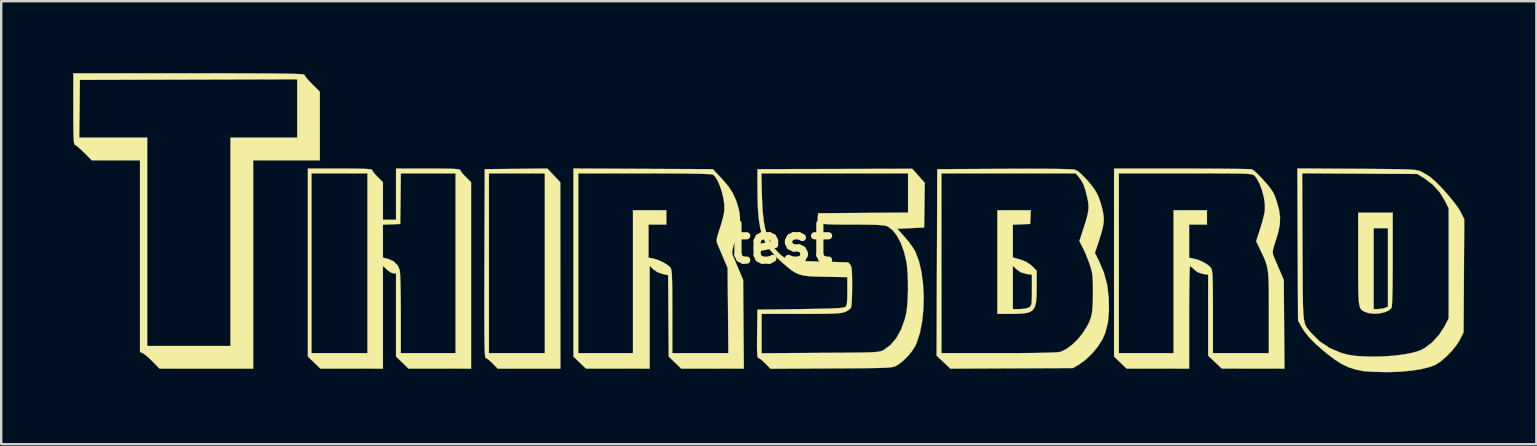
<source format=kicad_pcb>
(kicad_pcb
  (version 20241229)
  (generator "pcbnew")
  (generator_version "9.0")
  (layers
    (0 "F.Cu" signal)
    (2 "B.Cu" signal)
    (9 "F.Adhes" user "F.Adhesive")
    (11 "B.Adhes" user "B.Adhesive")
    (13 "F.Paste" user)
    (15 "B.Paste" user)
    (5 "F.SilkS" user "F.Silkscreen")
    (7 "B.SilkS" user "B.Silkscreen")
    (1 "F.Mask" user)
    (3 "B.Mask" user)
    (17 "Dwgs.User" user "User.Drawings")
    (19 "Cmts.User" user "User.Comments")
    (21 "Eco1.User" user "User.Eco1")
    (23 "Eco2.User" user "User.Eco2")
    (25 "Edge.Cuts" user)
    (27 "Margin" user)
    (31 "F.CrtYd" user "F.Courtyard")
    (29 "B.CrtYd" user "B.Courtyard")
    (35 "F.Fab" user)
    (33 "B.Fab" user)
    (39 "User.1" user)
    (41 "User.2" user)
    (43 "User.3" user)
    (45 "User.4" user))
  (footprint "test"
    (layer "F.Cu")
    (at 29.473 7.099)
    (property "Reference" "test" (at 0 0 0) (layer "F.SilkS") (effects (font (size 1.524 1.524) (thickness 0.3))))
    (attr through_hole)
    (fp_poly (pts (xy -9.451 -2.841) (xy -9.181 -2.555) (xy -9.18 1.327) (xy -9.178 5.209) (xy -11.786 5.209) (xy -12.005 4.986) (xy -12.13 4.869) (xy -12.234 4.788) (xy -12.289 4.763) (xy -12.301 4.747) (xy -12.311 4.696) (xy -12.32 4.603) (xy -12.327 4.464) (xy -12.333 4.273) (xy -12.338 4.023) (xy -12.341 3.71) (xy -12.343 3.327) (xy -12.344 2.868) (xy -12.344 2.329) (xy -12.343 1.703) (xy -12.341 0.985) (xy -12.341 0.831) (xy -12.328 -2.927) (xy -12.154 -2.927) (xy -12.154 4.564) (xy -9.823 4.564) (xy -9.823 -2.927) (xy -12.154 -2.927) (xy -12.328 -2.927) (xy -12.328 -3.101) (xy -11.024 -3.114) (xy -9.721 -3.127) (xy -9.451 -2.841)) (stroke (width 0.01) (type solid)) (fill yes) (layer "F.SilkS"))
    (fp_poly (pts (xy 25.499 0.648) (xy 25.498 1.136) (xy 25.494 1.572) (xy 25.489 1.947) (xy 25.481 2.253) (xy 25.472 2.483) (xy 25.461 2.627) (xy 25.451 2.676) (xy 25.346 2.779) (xy 25.171 2.858) (xy 24.954 2.906) (xy 24.722 2.92) (xy 24.502 2.895) (xy 24.377 2.856) (xy 24.3 2.822) (xy 24.236 2.786) (xy 24.185 2.741) (xy 24.145 2.675) (xy 24.115 2.581) (xy 24.092 2.447) (xy 24.077 2.266) (xy 24.068 2.027) (xy 24.063 1.722) (xy 24.061 1.34) (xy 24.061 0.873) (xy 24.061 0.634) (xy 24.061 -0.645) (xy 24.705 -0.645) (xy 24.705 2.729) (xy 24.876 2.729) (xy 25.036 2.714) (xy 25.174 2.68) (xy 25.301 2.632) (xy 25.301 -0.645) (xy 24.705 -0.645) (xy 24.061 -0.645) (xy 24.061 -1.29) (xy 25.499 -1.29) (xy 25.499 0.648)) (stroke (width 0.01) (type solid)) (fill yes) (layer "F.SilkS"))
    (fp_poly (pts (xy 10.393 -0.819) (xy 10.033 -0.804) (xy 9.674 -0.789) (xy 9.674 0.579) (xy 9.98 0.664) (xy 10.228 0.757) (xy 10.422 0.889) (xy 10.476 0.939) (xy 10.666 1.129) (xy 10.666 1.843) (xy 10.661 2.198) (xy 10.636 2.466) (xy 10.581 2.659) (xy 10.483 2.789) (xy 10.331 2.869) (xy 10.112 2.91) (xy 9.814 2.925) (xy 9.601 2.927) (xy 9.029 2.927) (xy 9.029 2.729) (xy 9.674 2.729) (xy 9.96 2.729) (xy 10.179 2.712) (xy 10.333 2.666) (xy 10.357 2.651) (xy 10.403 2.614) (xy 10.434 2.564) (xy 10.453 2.485) (xy 10.463 2.357) (xy 10.467 2.164) (xy 10.468 1.935) (xy 10.468 1.296) (xy 10.232 1.262) (xy 10 1.194) (xy 9.835 1.076) (xy 9.674 0.923) (xy 9.674 2.729) (xy 9.029 2.729) (xy 9.029 -1.389) (xy 10.423 -1.389) (xy 10.393 -0.819)) (stroke (width 0.01) (type solid)) (fill yes) (layer "F.SilkS"))
    (fp_poly (pts (xy -23.832 -7.094) (xy -23.103 -7.093) (xy -22.463 -7.092) (xy -21.907 -7.09) (xy -21.43 -7.088) (xy -21.026 -7.084) (xy -20.692 -7.08) (xy -20.421 -7.075) (xy -20.209 -7.069) (xy -20.05 -7.062) (xy -19.94 -7.054) (xy -19.874 -7.045) (xy -19.845 -7.034) (xy -19.844 -7.031) (xy -19.81 -6.97) (xy -19.721 -6.86) (xy -19.592 -6.719) (xy -19.521 -6.648) (xy -19.199 -6.328) (xy -19.199 -3.473) (xy -21.977 -3.473) (xy -21.977 5.209) (xy -25.874 5.209) (xy -26.17 4.907) (xy -26.321 4.762) (xy -26.458 4.643) (xy -26.559 4.57) (xy -26.578 4.561) (xy -26.69 4.517) (xy -26.69 -3.473) (xy -28.702 -3.473) (xy -29.021 -3.795) (xy -29.169 -3.937) (xy -29.296 -4.048) (xy -29.383 -4.11) (xy -29.405 -4.118) (xy -29.423 -4.137) (xy -29.438 -4.201) (xy -29.45 -4.319) (xy -29.454 -4.415) (xy -29.222 -4.415) (xy -26.392 -4.415) (xy -26.392 4.266) (xy -22.92 4.266) (xy -22.92 -4.415) (xy -20.141 -4.415) (xy -20.141 -6.847) (xy -24.668 -6.834) (xy -29.195 -6.821) (xy -29.208 -5.618) (xy -29.222 -4.415) (xy -29.454 -4.415) (xy -29.458 -4.499) (xy -29.463 -4.75) (xy -29.467 -5.08) (xy -29.468 -5.499) (xy -29.468 -5.606) (xy -29.468 -7.094) (xy -24.656 -7.094) (xy -23.832 -7.094)) (stroke (width 0.01) (type solid)) (fill yes) (layer "F.SilkS"))
    (fp_poly (pts (xy -17.941 -3.124) (xy -17.616 -3.121) (xy -17.372 -3.116) (xy -17.2 -3.107) (xy -17.089 -3.095) (xy -17.031 -3.079) (xy -17.016 -3.061) (xy -16.983 -2.995) (xy -16.896 -2.887) (xy -16.793 -2.778) (xy -16.57 -2.559) (xy -16.57 -0.992) (xy -16.024 -0.992) (xy -16.024 -3.125) (xy -14.684 -3.125) (xy -14.27 -3.124) (xy -13.945 -3.121) (xy -13.701 -3.116) (xy -13.528 -3.107) (xy -13.418 -3.095) (xy -13.36 -3.079) (xy -13.345 -3.061) (xy -13.312 -2.995) (xy -13.225 -2.887) (xy -13.122 -2.778) (xy -12.898 -2.559) (xy -12.898 5.209) (xy -14.201 5.208) (xy -15.503 5.207) (xy -16.024 4.706) (xy -16.024 1.24) (xy -16.133 1.24) (xy -16.234 1.207) (xy -16.359 1.123) (xy -16.406 1.082) (xy -16.57 0.923) (xy -16.57 5.209) (xy -17.872 5.208) (xy -19.174 5.207) (xy -19.695 4.706) (xy -19.695 -2.927) (xy -19.546 -2.927) (xy -19.546 4.564) (xy -17.214 4.564) (xy -17.214 -0.789) (xy -16.57 -0.789) (xy -16.57 0.584) (xy -16.357 0.637) (xy -16.12 0.742) (xy -15.953 0.917) (xy -15.874 1.096) (xy -15.862 1.187) (xy -15.851 1.364) (xy -15.842 1.616) (xy -15.834 1.93) (xy -15.829 2.293) (xy -15.826 2.692) (xy -15.825 2.914) (xy -15.825 4.564) (xy -13.543 4.564) (xy -13.543 -2.927) (xy -15.823 -2.927) (xy -15.837 -1.873) (xy -15.85 -0.819) (xy -16.21 -0.804) (xy -16.57 -0.789) (xy -17.214 -0.789) (xy -17.214 -2.927) (xy -19.546 -2.927) (xy -19.695 -2.927) (xy -19.695 -3.125) (xy -18.355 -3.125) (xy -17.941 -3.124)) (stroke (width 0.01) (type solid)) (fill yes) (layer "F.SilkS"))
    (fp_poly (pts (xy 11.07 -3.116) (xy 11.492 -3.112) (xy 11.825 -3.105) (xy 12.067 -3.097) (xy 12.214 -3.086) (xy 12.254 -3.079) (xy 12.383 -3.014) (xy 12.544 -2.88) (xy 12.746 -2.67) (xy 12.77 -2.644) (xy 12.974 -2.401) (xy 13.124 -2.186) (xy 13.236 -1.965) (xy 13.328 -1.704) (xy 13.397 -1.455) (xy 13.442 -1.246) (xy 13.463 -1.057) (xy 13.454 -0.865) (xy 13.416 -0.647) (xy 13.344 -0.382) (xy 13.243 -0.066) (xy 13.091 0.389) (xy 13.243 0.688) (xy 13.463 1.199) (xy 13.601 1.708) (xy 13.667 2.232) (xy 13.678 2.795) (xy 13.633 3.281) (xy 13.531 3.698) (xy 13.41 3.981) (xy 13.217 4.286) (xy 12.97 4.584) (xy 12.697 4.845) (xy 12.427 5.039) (xy 12.179 5.184) (xy 9.624 5.196) (xy 7.069 5.208) (xy 6.784 4.937) (xy 6.498 4.667) (xy 6.511 0.783) (xy 6.523 -2.927) (xy 6.697 -2.927) (xy 6.697 4.564) (xy 9.085 4.564) (xy 9.731 4.563) (xy 10.279 4.56) (xy 10.734 4.554) (xy 11.096 4.546) (xy 11.369 4.536) (xy 11.555 4.524) (xy 11.657 4.509) (xy 11.661 4.508) (xy 11.881 4.405) (xy 12.121 4.232) (xy 12.358 4.009) (xy 12.567 3.755) (xy 12.613 3.688) (xy 12.751 3.47) (xy 12.854 3.277) (xy 12.925 3.088) (xy 12.971 2.882) (xy 12.997 2.636) (xy 13.009 2.328) (xy 13.011 2.059) (xy 13.01 1.751) (xy 13.004 1.52) (xy 12.992 1.343) (xy 12.971 1.197) (xy 12.938 1.061) (xy 12.891 0.91) (xy 12.88 0.878) (xy 12.794 0.644) (xy 12.693 0.399) (xy 12.599 0.195) (xy 12.598 0.192) (xy 12.446 -0.107) (xy 12.619 -0.637) (xy 12.718 -0.948) (xy 12.784 -1.191) (xy 12.819 -1.386) (xy 12.828 -1.559) (xy 12.811 -1.731) (xy 12.773 -1.926) (xy 12.771 -1.933) (xy 12.697 -2.226) (xy 12.622 -2.447) (xy 12.536 -2.619) (xy 12.427 -2.769) (xy 12.425 -2.772) (xy 12.294 -2.927) (xy 6.697 -2.927) (xy 6.523 -2.927) (xy 6.524 -3.101) (xy 9.302 -3.115) (xy 9.972 -3.118) (xy 10.562 -3.118) (xy 11.07 -3.116)) (stroke (width 0.01) (type solid)) (fill yes) (layer "F.SilkS"))
    (fp_poly (pts (xy -5.728 -3.114) (xy -2.824 -3.101) (xy -2.451 -2.704) (xy -2.191 -2.402) (xy -2.001 -2.115) (xy -1.861 -1.811) (xy -1.764 -1.498) (xy -1.715 -1.28) (xy -1.694 -1.088) (xy -1.702 -0.895) (xy -1.742 -0.675) (xy -1.817 -0.402) (xy -1.869 -0.233) (xy -1.947 0.023) (xy -1.996 0.205) (xy -2.018 0.33) (xy -2.017 0.419) (xy -1.998 0.487) (xy -1.954 0.59) (xy -1.883 0.757) (xy -1.798 0.959) (xy -1.752 1.067) (xy -1.563 1.513) (xy -1.549 3.361) (xy -1.534 5.209) (xy -2.838 5.208) (xy -4.142 5.207) (xy -4.402 4.957) (xy -4.662 4.707) (xy -4.675 3.011) (xy -4.688 1.315) (xy -4.921 1.265) (xy -5.139 1.185) (xy -5.305 1.07) (xy -5.457 0.924) (xy -5.457 5.209) (xy -6.784 5.208) (xy -8.111 5.207) (xy -8.632 4.706) (xy -8.632 -2.927) (xy -8.434 -2.927) (xy -8.434 4.564) (xy -6.152 4.564) (xy -6.152 -1.389) (xy -4.763 -1.389) (xy -4.763 -0.794) (xy -5.507 -0.794) (xy -5.507 0.584) (xy -5.323 0.619) (xy -5.129 0.675) (xy -4.923 0.765) (xy -4.74 0.872) (xy -4.612 0.978) (xy -4.592 1.002) (xy -4.571 1.044) (xy -4.554 1.108) (xy -4.541 1.204) (xy -4.531 1.344) (xy -4.524 1.536) (xy -4.519 1.791) (xy -4.516 2.118) (xy -4.515 2.529) (xy -4.514 2.839) (xy -4.514 4.564) (xy -2.179 4.564) (xy -2.193 2.791) (xy -2.208 1.017) (xy -2.397 0.571) (xy -2.486 0.362) (xy -2.566 0.173) (xy -2.625 0.033) (xy -2.643 -0.01) (xy -2.664 -0.086) (xy -2.663 -0.179) (xy -2.635 -0.311) (xy -2.577 -0.502) (xy -2.534 -0.63) (xy -2.46 -0.87) (xy -2.397 -1.109) (xy -2.355 -1.311) (xy -2.345 -1.389) (xy -2.346 -1.621) (xy -2.383 -1.884) (xy -2.448 -2.157) (xy -2.534 -2.415) (xy -2.634 -2.638) (xy -2.74 -2.802) (xy -2.824 -2.876) (xy -2.899 -2.888) (xy -3.072 -2.899) (xy -3.34 -2.908) (xy -3.704 -2.916) (xy -4.162 -2.921) (xy -4.712 -2.925) (xy -5.352 -2.927) (xy -5.677 -2.927) (xy -8.434 -2.927) (xy -8.632 -2.927) (xy -8.632 -3.128) (xy -5.728 -3.114)) (stroke (width 0.01) (type solid)) (fill yes) (layer "F.SilkS"))
    (fp_poly (pts (xy 23.997 -3.115) (xy 24.556 -3.112) (xy 25.025 -3.108) (xy 25.413 -3.105) (xy 25.728 -3.1) (xy 25.979 -3.095) (xy 26.175 -3.088) (xy 26.326 -3.079) (xy 26.439 -3.067) (xy 26.524 -3.053) (xy 26.59 -3.036) (xy 26.645 -3.016) (xy 26.69 -2.996) (xy 26.872 -2.895) (xy 27.059 -2.772) (xy 27.112 -2.732) (xy 27.294 -2.57) (xy 27.503 -2.359) (xy 27.722 -2.12) (xy 27.933 -1.872) (xy 28.12 -1.635) (xy 28.263 -1.431) (xy 28.331 -1.314) (xy 28.479 -1.014) (xy 28.451 3.696) (xy 28.302 3.994) (xy 28.16 4.223) (xy 27.962 4.469) (xy 27.734 4.704) (xy 27.501 4.905) (xy 27.287 5.044) (xy 27.273 5.051) (xy 27.017 5.147) (xy 26.681 5.228) (xy 26.284 5.291) (xy 25.844 5.333) (xy 25.381 5.352) (xy 25.208 5.352) (xy 24.927 5.347) (xy 24.661 5.338) (xy 24.436 5.325) (xy 24.277 5.311) (xy 24.247 5.307) (xy 23.929 5.239) (xy 23.644 5.145) (xy 23.369 5.012) (xy 23.083 4.83) (xy 22.763 4.586) (xy 22.636 4.482) (xy 22.301 4.189) (xy 22.039 3.928) (xy 21.839 3.685) (xy 21.686 3.445) (xy 21.674 3.423) (xy 21.555 3.2) (xy 21.541 0.035) (xy 21.529 -2.931) (xy 21.726 -2.931) (xy 21.74 0.135) (xy 21.743 0.772) (xy 21.745 1.318) (xy 21.748 1.781) (xy 21.752 2.168) (xy 21.758 2.488) (xy 21.767 2.749) (xy 21.779 2.958) (xy 21.797 3.124) (xy 21.819 3.254) (xy 21.848 3.356) (xy 21.883 3.439) (xy 21.927 3.51) (xy 21.978 3.578) (xy 22.04 3.649) (xy 22.104 3.725) (xy 22.46 4.076) (xy 22.881 4.354) (xy 23.357 4.555) (xy 23.648 4.632) (xy 23.943 4.677) (xy 24.308 4.702) (xy 24.716 4.709) (xy 25.141 4.698) (xy 25.555 4.669) (xy 25.932 4.623) (xy 25.995 4.612) (xy 26.289 4.555) (xy 26.511 4.496) (xy 26.689 4.428) (xy 26.831 4.352) (xy 27.138 4.12) (xy 27.419 3.816) (xy 27.649 3.468) (xy 27.684 3.403) (xy 27.831 3.11) (xy 27.831 -1.463) (xy 27.689 -1.761) (xy 27.465 -2.128) (xy 27.168 -2.457) (xy 26.823 -2.72) (xy 26.809 -2.729) (xy 26.52 -2.902) (xy 21.726 -2.931) (xy 21.529 -2.931) (xy 21.528 -3.13) (xy 23.997 -3.115)) (stroke (width 0.01) (type solid)) (fill yes) (layer "F.SilkS"))
    (fp_poly (pts (xy 16.706 -3.125) (xy 17.228 -3.124) (xy 17.723 -3.123) (xy 18.181 -3.12) (xy 18.592 -3.117) (xy 18.948 -3.113) (xy 19.239 -3.109) (xy 19.457 -3.104) (xy 19.591 -3.099) (xy 19.63 -3.095) (xy 19.705 -3.048) (xy 19.827 -2.941) (xy 19.978 -2.791) (xy 20.133 -2.624) (xy 20.309 -2.422) (xy 20.433 -2.263) (xy 20.522 -2.121) (xy 20.592 -1.968) (xy 20.66 -1.776) (xy 20.669 -1.748) (xy 20.763 -1.411) (xy 20.806 -1.109) (xy 20.797 -0.812) (xy 20.735 -0.489) (xy 20.637 -0.161) (xy 20.561 0.076) (xy 20.516 0.241) (xy 20.5 0.354) (xy 20.508 0.439) (xy 20.523 0.484) (xy 20.566 0.589) (xy 20.637 0.757) (xy 20.723 0.959) (xy 20.769 1.067) (xy 20.96 1.513) (xy 20.974 3.361) (xy 20.988 5.209) (xy 18.38 5.205) (xy 18.095 4.936) (xy 17.81 4.668) (xy 17.81 1.296) (xy 17.591 1.263) (xy 17.363 1.187) (xy 17.235 1.086) (xy 17.138 0.995) (xy 17.068 0.946) (xy 17.056 0.943) (xy 17.048 0.99) (xy 17.04 1.128) (xy 17.033 1.343) (xy 17.027 1.628) (xy 17.022 1.972) (xy 17.018 2.364) (xy 17.016 2.794) (xy 17.016 3.076) (xy 17.016 5.209) (xy 15.714 5.208) (xy 14.412 5.207) (xy 13.891 4.706) (xy 13.891 -2.927) (xy 14.089 -2.927) (xy 14.089 4.564) (xy 16.371 4.564) (xy 16.371 -1.389) (xy 17.76 -1.389) (xy 17.76 -0.794) (xy 17.016 -0.794) (xy 17.016 0.591) (xy 17.202 0.625) (xy 17.413 0.684) (xy 17.625 0.78) (xy 17.806 0.894) (xy 17.923 1.008) (xy 17.926 1.012) (xy 17.948 1.055) (xy 17.966 1.117) (xy 17.98 1.208) (xy 17.991 1.337) (xy 17.998 1.516) (xy 18.003 1.755) (xy 18.006 2.063) (xy 18.008 2.452) (xy 18.008 2.851) (xy 18.008 4.564) (xy 20.34 4.564) (xy 20.34 2.86) (xy 20.34 2.384) (xy 20.338 1.995) (xy 20.333 1.678) (xy 20.324 1.422) (xy 20.307 1.213) (xy 20.282 1.038) (xy 20.246 0.884) (xy 20.198 0.739) (xy 20.137 0.588) (xy 20.059 0.42) (xy 19.983 0.258) (xy 19.81 -0.103) (xy 19.976 -0.61) (xy 20.05 -0.851) (xy 20.113 -1.088) (xy 20.158 -1.286) (xy 20.173 -1.373) (xy 20.175 -1.63) (xy 20.133 -1.923) (xy 20.055 -2.224) (xy 19.949 -2.502) (xy 19.825 -2.729) (xy 19.742 -2.83) (xy 19.719 -2.851) (xy 19.687 -2.868) (xy 19.64 -2.883) (xy 19.57 -2.895) (xy 19.467 -2.905) (xy 19.326 -2.912) (xy 19.137 -2.918) (xy 18.893 -2.922) (xy 18.585 -2.924) (xy 18.207 -2.926) (xy 17.75 -2.927) (xy 17.205 -2.927) (xy 16.867 -2.927) (xy 14.089 -2.927) (xy 13.891 -2.927) (xy 13.891 -3.125) (xy 16.706 -3.125)) (stroke (width 0.01) (type solid)) (fill yes) (layer "F.SilkS"))
    (fp_poly (pts (xy 6.005 -2.529) (xy 5.991 -1.599) (xy 5.978 -0.67) (xy 5.417 -0.645) (xy 4.855 -0.62) (xy 5.175 -0.265) (xy 5.334 -0.075) (xy 5.482 0.126) (xy 5.593 0.303) (xy 5.619 0.355) (xy 5.763 0.742) (xy 5.867 1.194) (xy 5.932 1.691) (xy 5.959 2.212) (xy 5.946 2.735) (xy 5.895 3.239) (xy 5.805 3.705) (xy 5.676 4.11) (xy 5.6 4.277) (xy 5.467 4.485) (xy 5.284 4.704) (xy 5.079 4.903) (xy 4.882 5.052) (xy 4.838 5.077) (xy 4.791 5.101) (xy 4.741 5.121) (xy 4.68 5.138) (xy 4.599 5.152) (xy 4.489 5.163) (xy 4.341 5.171) (xy 4.147 5.178) (xy 3.899 5.184) (xy 3.587 5.188) (xy 3.203 5.192) (xy 2.738 5.195) (xy 2.183 5.198) (xy 2.108 5.199) (xy -0.422 5.213) (xy -0.643 4.988) (xy -0.768 4.87) (xy -0.873 4.789) (xy -0.929 4.763) (xy -0.952 4.744) (xy -0.968 4.681) (xy -0.978 4.564) (xy -0.984 4.38) (xy -0.984 4.119) (xy -0.981 3.771) (xy -0.981 3.758) (xy -0.967 2.753) (xy 0.823 2.729) (xy 1.315 2.721) (xy 1.716 2.713) (xy 2.035 2.704) (xy 2.28 2.694) (xy 2.461 2.683) (xy 2.585 2.669) (xy 2.661 2.652) (xy 2.696 2.636) (xy 2.732 2.589) (xy 2.756 2.51) (xy 2.77 2.38) (xy 2.777 2.182) (xy 2.778 1.982) (xy 2.778 1.397) (xy 1.848 1.381) (xy 1.481 1.372) (xy 1.194 1.358) (xy 0.968 1.332) (xy 0.782 1.286) (xy 0.617 1.214) (xy 0.454 1.11) (xy 0.274 0.967) (xy 0.056 0.778) (xy 0.051 0.774) (xy -0.223 0.514) (xy -0.445 0.257) (xy -0.62 -0.013) (xy -0.753 -0.308) (xy -0.849 -0.643) (xy -0.912 -1.032) (xy -0.949 -1.489) (xy -0.963 -2.027) (xy -0.964 -2.108) (xy -0.967 -2.927) (xy -0.804 -2.927) (xy -0.781 -1.972) (xy -0.758 -1.445) (xy -0.715 -1.003) (xy -0.65 -0.633) (xy -0.557 -0.322) (xy -0.434 -0.057) (xy -0.277 0.176) (xy -0.156 0.314) (xy -0.04 0.432) (xy 0.066 0.524) (xy 0.177 0.595) (xy 0.307 0.647) (xy 0.469 0.684) (xy 0.678 0.71) (xy 0.948 0.727) (xy 1.292 0.739) (xy 1.612 0.748) (xy 1.945 0.757) (xy 2.242 0.765) (xy 2.491 0.772) (xy 2.677 0.779) (xy 2.787 0.783) (xy 2.812 0.786) (xy 2.872 0.845) (xy 2.916 0.905) (xy 2.945 0.982) (xy 2.963 1.093) (xy 2.972 1.255) (xy 2.976 1.484) (xy 2.977 1.768) (xy 2.974 2.049) (xy 2.966 2.299) (xy 2.954 2.501) (xy 2.939 2.634) (xy 2.928 2.676) (xy 2.854 2.75) (xy 2.726 2.826) (xy 2.679 2.847) (xy 2.611 2.869) (xy 2.522 2.887) (xy 2.402 2.901) (xy 2.24 2.911) (xy 2.026 2.919) (xy 1.747 2.923) (xy 1.394 2.926) (xy 0.955 2.927) (xy 0.842 2.927) (xy -0.794 2.927) (xy -0.794 4.568) (xy 1.65 4.553) (xy 2.205 4.55) (xy 2.67 4.547) (xy 3.054 4.543) (xy 3.364 4.539) (xy 3.611 4.534) (xy 3.804 4.527) (xy 3.95 4.518) (xy 4.058 4.506) (xy 4.139 4.492) (xy 4.199 4.475) (xy 4.25 4.454) (xy 4.295 4.431) (xy 4.574 4.228) (xy 4.817 3.94) (xy 5.019 3.577) (xy 5.172 3.151) (xy 5.23 2.914) (xy 5.268 2.653) (xy 5.293 2.321) (xy 5.305 1.95) (xy 5.303 1.568) (xy 5.288 1.203) (xy 5.259 0.886) (xy 5.237 0.744) (xy 5.141 0.341) (xy 5.01 -0.019) (xy 4.85 -0.322) (xy 4.671 -0.555) (xy 4.477 -0.705) (xy 4.435 -0.724) (xy 4.357 -0.747) (xy 4.236 -0.765) (xy 4.063 -0.778) (xy 3.825 -0.786) (xy 3.513 -0.792) (xy 3.115 -0.794) (xy 2.982 -0.794) (xy 2.563 -0.794) (xy 2.233 -0.798) (xy 1.981 -0.806) (xy 1.798 -0.822) (xy 1.673 -0.847) (xy 1.595 -0.885) (xy 1.555 -0.936) (xy 1.542 -1.004) (xy 1.546 -1.09) (xy 1.548 -1.11) (xy 1.563 -1.265) (xy 3.435 -1.278) (xy 5.308 -1.291) (xy 5.308 -2.927) (xy -0.804 -2.927) (xy -0.967 -2.927) (xy -0.967 -3.101) (xy 2.257 -3.109) (xy 5.482 -3.117) (xy 6.005 -2.529)) (stroke (width 0.01) (type solid)) (fill yes) (layer "F.SilkS")))
  (gr_rect
    (start -3 -3)
    (end 60.957 15.456)
    (stroke (width 0.1) (type default))
    (fill no)
    (layer "Edge.Cuts")))
</source>
